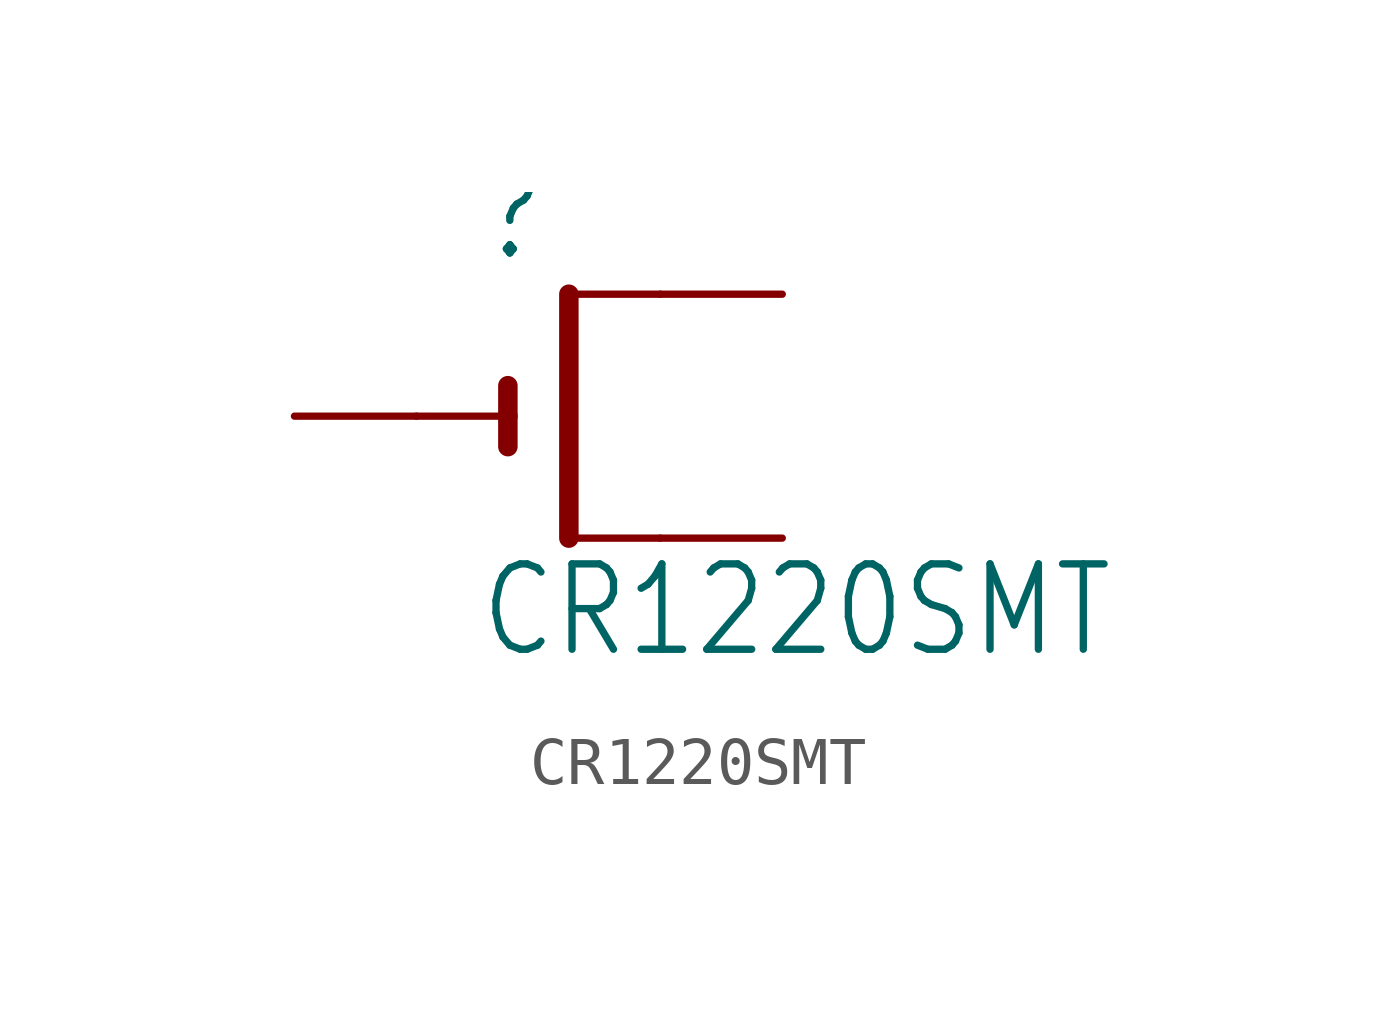
<source format=kicad_sym>
(kicad_symbol_lib
  (version 20211014)
  (generator kicad_symbol_editor)
  (symbol "CR1220SMT"
    (property "Reference" ""
      (at -1.27 3.175 0)
      (effects (font (size 1.778 1.511)) (justify left bottom)))
    (property "Value" "CR1220SMT"
      (at -1.27 -5.08 0)
      (effects (font (size 1.778 1.511)) (justify left bottom)))
    (property "ki_locked" ""
      (at 0 0 0)
      (effects (font (size 1.27 1.27))))
    (symbol "CR1220SMT_1_0"
      (polyline (pts (xy -2.54 0) (xy -0.635 0)) (stroke (width 0.152) (type default) (color 0 0 0 0)) (fill (type none)))
      (polyline (pts (xy -0.635 0) (xy -0.635 -0.635)) (stroke (width 0.406) (type default) (color 0 0 0 0)) (fill (type none)))
      (polyline (pts (xy -0.635 0.635) (xy -0.635 0)) (stroke (width 0.406) (type default) (color 0 0 0 0)) (fill (type none)))
      (polyline (pts (xy 0.635 -2.54) (xy 2.54 -2.54)) (stroke (width 0.152) (type default) (color 0 0 0 0)) (fill (type none)))
      (polyline (pts (xy 0.635 2.54) (xy 0.635 -2.54)) (stroke (width 0.406) (type default) (color 0 0 0 0)) (fill (type none)))
      (polyline (pts (xy 0.635 2.54) (xy 2.54 2.54)) (stroke (width 0.152) (type default) (color 0 0 0 0)) (fill (type none)))
      (pin passive line (at 5.08 2.54 180) (length 2.54) (name "+" (effects (font (size 0 0)))) (number "+$1" (effects (font (size 0 0)))))
      (pin passive line (at 5.08 -2.54 180) (length 2.54) (name "+1" (effects (font (size 0 0)))) (number "+$2" (effects (font (size 0 0)))))
      (pin passive line (at -5.08 0 0) (length 2.54) (name "-" (effects (font (size 0 0)))) (number "-" (effects (font (size 0 0))))))))
</source>
